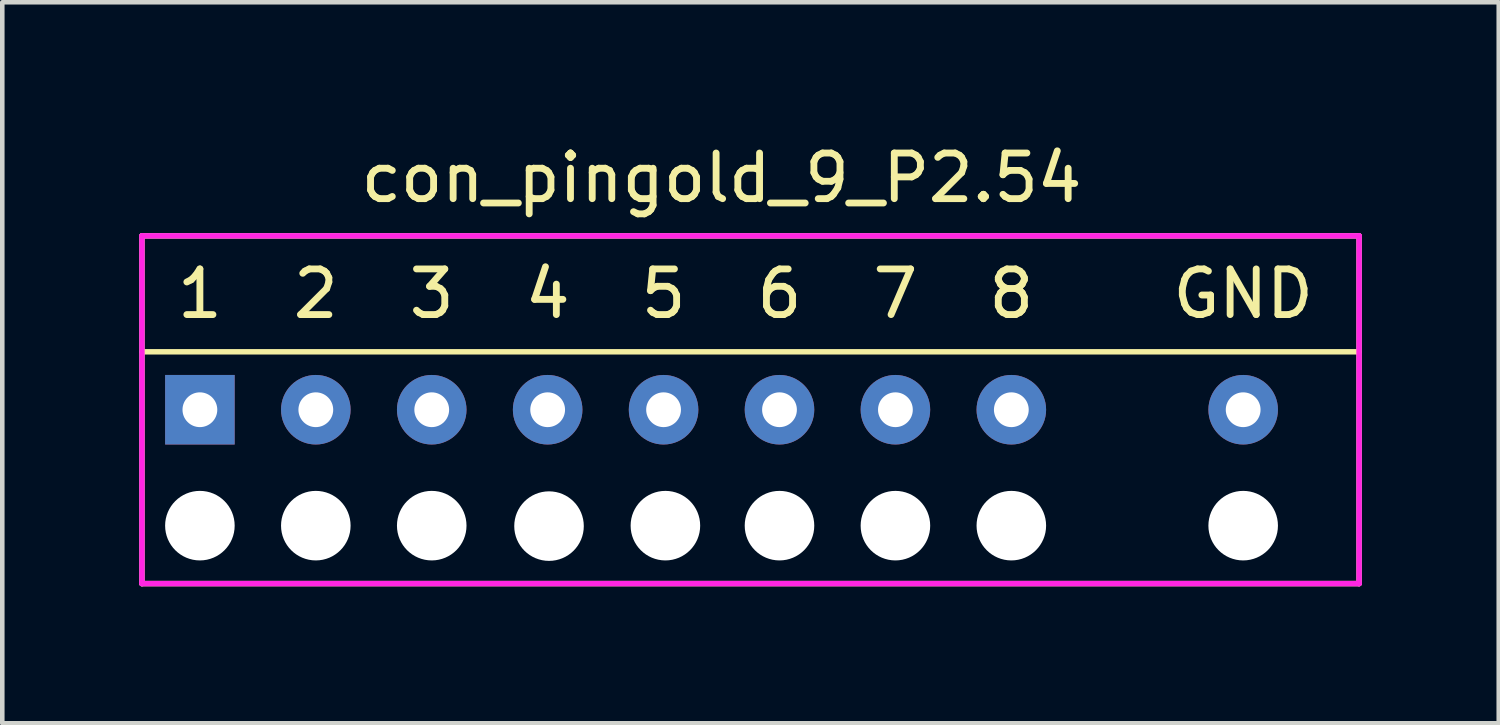
<source format=kicad_pcb>
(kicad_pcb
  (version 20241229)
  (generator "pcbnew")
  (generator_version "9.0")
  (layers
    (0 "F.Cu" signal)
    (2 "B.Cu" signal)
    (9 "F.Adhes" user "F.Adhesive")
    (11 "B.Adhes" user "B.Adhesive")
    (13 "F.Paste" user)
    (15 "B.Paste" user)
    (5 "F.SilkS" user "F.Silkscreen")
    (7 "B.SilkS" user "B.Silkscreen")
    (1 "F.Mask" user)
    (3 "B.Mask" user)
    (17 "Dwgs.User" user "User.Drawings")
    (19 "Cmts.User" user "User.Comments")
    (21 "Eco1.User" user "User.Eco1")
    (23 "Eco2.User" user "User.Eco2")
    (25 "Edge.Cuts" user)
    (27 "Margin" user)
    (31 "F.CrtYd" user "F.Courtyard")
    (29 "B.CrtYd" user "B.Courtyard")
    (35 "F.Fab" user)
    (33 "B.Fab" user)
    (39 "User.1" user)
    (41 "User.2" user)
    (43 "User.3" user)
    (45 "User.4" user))
  (footprint "con_pingold_9_P2.54"
    (layer "F.Cu")
    (at 1.33 5.928)
    (property "Reference" "con_pingold_9_P2.54" (at 11.43 -5.08 0) (layer "F.SilkS") (effects (font (size 1 1) (thickness 0.15))))
    (attr through_hole)
    (fp_line (start -1.27 -3.81) (end 25.4 -3.81) (stroke (width 0.12) (type solid)) (layer "F.SilkS"))
    (fp_line (start -1.27 -1.27) (end 25.4 -1.27) (stroke (width 0.12) (type solid)) (layer "F.SilkS"))
    (fp_line (start -1.27 3.81) (end -1.27 -3.81) (stroke (width 0.12) (type solid)) (layer "F.SilkS"))
    (fp_line (start 25.4 -3.81) (end 25.4 3.81) (stroke (width 0.12) (type solid)) (layer "F.SilkS"))
    (fp_line (start 25.4 3.81) (end -1.27 3.81) (stroke (width 0.12) (type solid)) (layer "F.SilkS"))
    (fp_line (start -1.27 -3.81) (end 25.4 -3.81) (stroke (width 0.12) (type solid)) (layer "F.CrtYd"))
    (fp_line (start -1.27 3.81) (end -1.27 -3.81) (stroke (width 0.12) (type solid)) (layer "F.CrtYd"))
    (fp_line (start 25.4 -3.81) (end 25.4 3.81) (stroke (width 0.12) (type solid)) (layer "F.CrtYd"))
    (fp_line (start 25.4 3.81) (end -1.27 3.81) (stroke (width 0.12) (type solid)) (layer "F.CrtYd"))
    (fp_text user "7" (at 15.24 -2.54 0) (layer "F.SilkS") (effects (font (size 1 1) (thickness 0.15))))
    (fp_text user "4" (at 7.62 -2.54 0) (layer "F.SilkS") (effects (font (size 1 1) (thickness 0.15))))
    (fp_text user "3" (at 5.08 -2.54 0) (layer "F.SilkS") (effects (font (size 1 1) (thickness 0.15))))
    (fp_text user "1" (at 0 -2.54 0) (layer "F.SilkS") (effects (font (size 1 1) (thickness 0.15))))
    (fp_text user "6" (at 12.7 -2.54 0) (layer "F.SilkS") (effects (font (size 1 1) (thickness 0.15))))
    (fp_text user "GND" (at 22.86 -2.54 0) (unlocked yes) (layer "F.SilkS") (effects (font (size 1 1) (thickness 0.15))))
    (fp_text user "8" (at 17.78 -2.54 0) (layer "F.SilkS") (effects (font (size 1 1) (thickness 0.15))))
    (fp_text user "5" (at 10.16 -2.54 0) (layer "F.SilkS") (effects (font (size 1 1) (thickness 0.15))))
    (fp_text user "2" (at 2.54 -2.54 0) (layer "F.SilkS") (effects (font (size 1 1) (thickness 0.15))))
    (pad "" np_thru_hole circle (at 0 2.54) (size 1.524 1.524) (drill 1.524) (layers "*.Cu" "*.Mask"))
    (pad "" np_thru_hole circle (at 2.54 2.54) (size 1.524 1.524) (drill 1.524) (layers "*.Cu" "*.Mask"))
    (pad "" np_thru_hole circle (at 5.08 2.54) (size 1.524 1.524) (drill 1.524) (layers "*.Cu" "*.Mask"))
    (pad "" np_thru_hole circle (at 7.65 2.55) (size 1.524 1.524) (drill 1.524) (layers "*.Cu" "*.Mask"))
    (pad "" np_thru_hole circle (at 10.2 2.54) (size 1.524 1.524) (drill 1.524) (layers "*.Cu" "*.Mask"))
    (pad "" np_thru_hole circle (at 12.7 2.54) (size 1.524 1.524) (drill 1.524) (layers "*.Cu" "*.Mask"))
    (pad "" np_thru_hole circle (at 15.24 2.54) (size 1.524 1.524) (drill 1.524) (layers "*.Cu" "*.Mask"))
    (pad "" np_thru_hole circle (at 17.78 2.54) (size 1.524 1.524) (drill 1.524) (layers "*.Cu" "*.Mask"))
    (pad "" np_thru_hole circle (at 22.86 2.54) (size 1.524 1.524) (drill 1.524) (layers "*.Cu" "*.Mask"))
    (pad "1" thru_hole rect (at 0 0) (size 1.524 1.524) (drill 0.762) (layers "*.Cu" "*.Mask"))
    (pad "2" thru_hole circle (at 2.54 0) (size 1.524 1.524) (drill 0.762) (layers "*.Cu" "*.Mask"))
    (pad "3" thru_hole circle (at 5.08 0) (size 1.524 1.524) (drill 0.762) (layers "*.Cu" "*.Mask"))
    (pad "4" thru_hole circle (at 7.62 0) (size 1.524 1.524) (drill 0.762) (layers "*.Cu" "*.Mask"))
    (pad "5" thru_hole circle (at 10.16 0) (size 1.524 1.524) (drill 0.762) (layers "*.Cu" "*.Mask"))
    (pad "6" thru_hole circle (at 12.7 0) (size 1.524 1.524) (drill 0.762) (layers "*.Cu" "*.Mask"))
    (pad "7" thru_hole circle (at 15.24 0) (size 1.524 1.524) (drill 0.762) (layers "*.Cu" "*.Mask"))
    (pad "8" thru_hole circle (at 17.78 0) (size 1.524 1.524) (drill 0.762) (layers "*.Cu" "*.Mask"))
    (pad "9" thru_hole circle (at 22.86 0) (size 1.524 1.524) (drill 0.762) (layers "*.Cu" "*.Mask")))
  (gr_rect
    (start -3 -3)
    (end 29.79 12.798)
    (stroke (width 0.1) (type default))
    (fill no)
    (layer "Edge.Cuts")))
</source>
